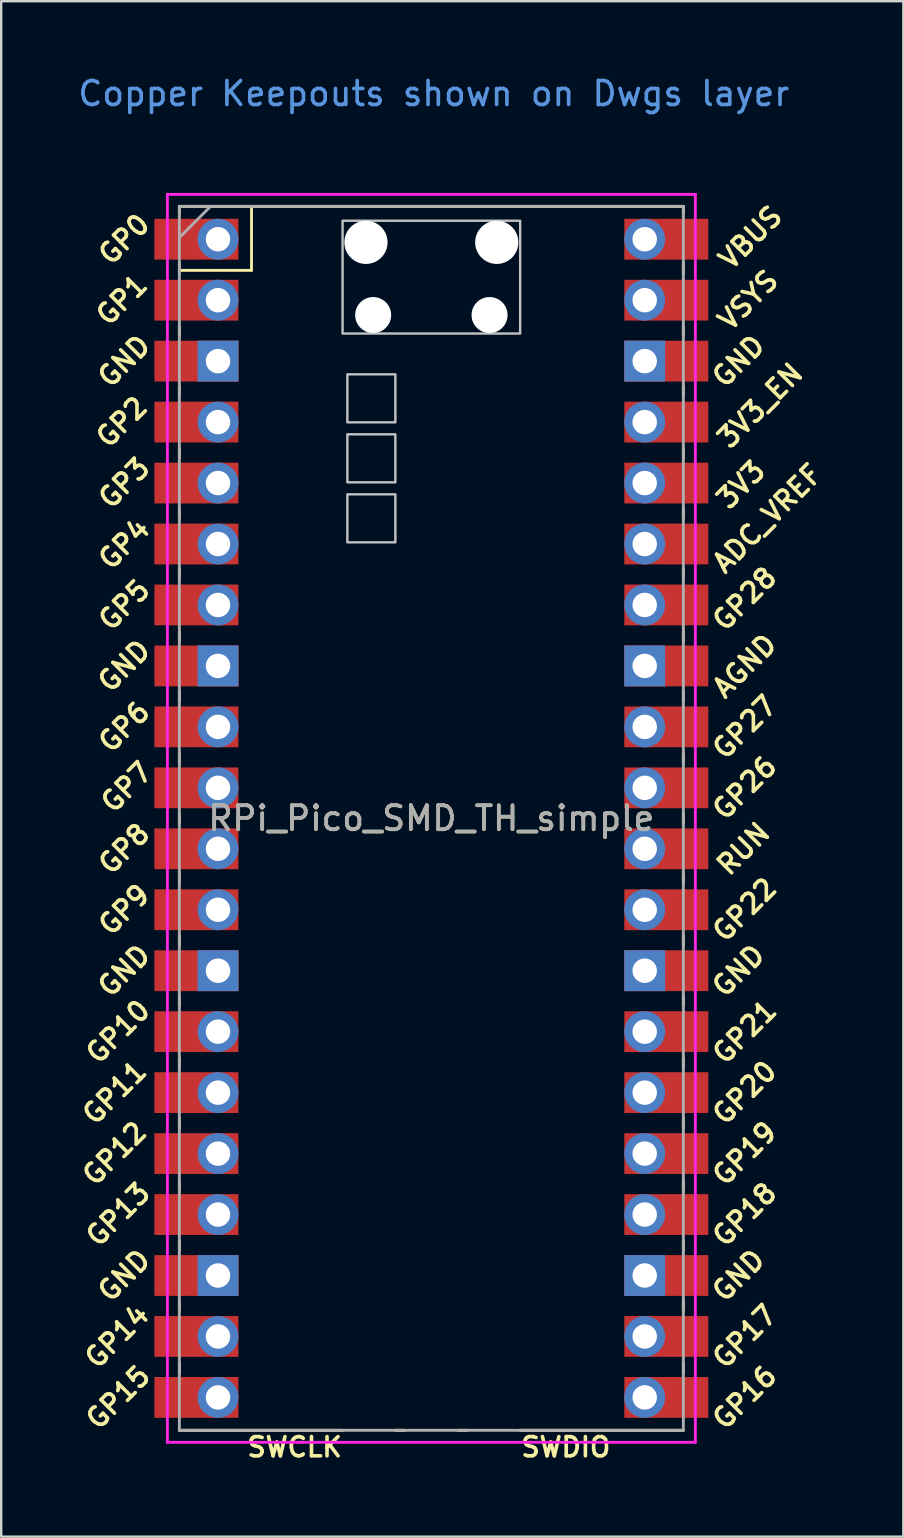
<source format=kicad_pcb>
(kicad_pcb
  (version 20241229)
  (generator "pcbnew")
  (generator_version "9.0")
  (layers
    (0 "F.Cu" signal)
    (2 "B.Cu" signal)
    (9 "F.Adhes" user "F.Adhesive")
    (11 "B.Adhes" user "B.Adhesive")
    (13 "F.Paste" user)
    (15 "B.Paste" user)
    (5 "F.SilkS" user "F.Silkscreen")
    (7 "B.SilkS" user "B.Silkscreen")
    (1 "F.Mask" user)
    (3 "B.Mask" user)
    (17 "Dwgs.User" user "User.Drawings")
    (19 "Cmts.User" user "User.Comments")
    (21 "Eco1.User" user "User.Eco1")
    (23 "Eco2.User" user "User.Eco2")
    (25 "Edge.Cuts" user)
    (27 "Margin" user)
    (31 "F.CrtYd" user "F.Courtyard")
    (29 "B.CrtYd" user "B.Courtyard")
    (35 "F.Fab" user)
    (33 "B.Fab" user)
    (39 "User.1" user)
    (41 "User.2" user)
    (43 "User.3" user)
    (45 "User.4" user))
  (footprint "RPi_Pico_SMD_TH_simple"
    (layer "F.Cu")
    (at 14.924 31.048)
    (property "Reference" "RPi_Pico_SMD_TH_simple" (at 0 0 0) (layer "F.SilkS") (effects (font (size 1 1) (thickness 0.15))))
    (attr through_hole)
    (fp_line (start -10.5 -25.5) (end -10.5 -25.2) (stroke (width 0.12) (type solid)) (layer "F.SilkS"))
    (fp_line (start -10.5 -25.5) (end 10.5 -25.5) (stroke (width 0.12) (type solid)) (layer "F.SilkS"))
    (fp_line (start -10.5 -23.1) (end -10.5 -22.7) (stroke (width 0.12) (type solid)) (layer "F.SilkS"))
    (fp_line (start -10.5 -22.833) (end -7.493 -22.833) (stroke (width 0.12) (type solid)) (layer "F.SilkS"))
    (fp_line (start -10.5 -20.5) (end -10.5 -20.1) (stroke (width 0.12) (type solid)) (layer "F.SilkS"))
    (fp_line (start -10.5 -18) (end -10.5 -17.6) (stroke (width 0.12) (type solid)) (layer "F.SilkS"))
    (fp_line (start -10.5 -15.4) (end -10.5 -15) (stroke (width 0.12) (type solid)) (layer "F.SilkS"))
    (fp_line (start -10.5 -12.9) (end -10.5 -12.5) (stroke (width 0.12) (type solid)) (layer "F.SilkS"))
    (fp_line (start -10.5 -10.4) (end -10.5 -10) (stroke (width 0.12) (type solid)) (layer "F.SilkS"))
    (fp_line (start -10.5 -7.8) (end -10.5 -7.4) (stroke (width 0.12) (type solid)) (layer "F.SilkS"))
    (fp_line (start -10.5 -5.3) (end -10.5 -4.9) (stroke (width 0.12) (type solid)) (layer "F.SilkS"))
    (fp_line (start -10.5 -2.7) (end -10.5 -2.3) (stroke (width 0.12) (type solid)) (layer "F.SilkS"))
    (fp_line (start -10.5 -0.2) (end -10.5 0.2) (stroke (width 0.12) (type solid)) (layer "F.SilkS"))
    (fp_line (start -10.5 2.3) (end -10.5 2.7) (stroke (width 0.12) (type solid)) (layer "F.SilkS"))
    (fp_line (start -10.5 4.9) (end -10.5 5.3) (stroke (width 0.12) (type solid)) (layer "F.SilkS"))
    (fp_line (start -10.5 7.4) (end -10.5 7.8) (stroke (width 0.12) (type solid)) (layer "F.SilkS"))
    (fp_line (start -10.5 10) (end -10.5 10.4) (stroke (width 0.12) (type solid)) (layer "F.SilkS"))
    (fp_line (start -10.5 12.5) (end -10.5 12.9) (stroke (width 0.12) (type solid)) (layer "F.SilkS"))
    (fp_line (start -10.5 15.1) (end -10.5 15.5) (stroke (width 0.12) (type solid)) (layer "F.SilkS"))
    (fp_line (start -10.5 17.6) (end -10.5 18) (stroke (width 0.12) (type solid)) (layer "F.SilkS"))
    (fp_line (start -10.5 20.1) (end -10.5 20.5) (stroke (width 0.12) (type solid)) (layer "F.SilkS"))
    (fp_line (start -10.5 22.7) (end -10.5 23.1) (stroke (width 0.12) (type solid)) (layer "F.SilkS"))
    (fp_line (start -7.493 -22.833) (end -7.493 -25.5) (stroke (width 0.12) (type solid)) (layer "F.SilkS"))
    (fp_line (start -3.7 25.5) (end -10.5 25.5) (stroke (width 0.12) (type solid)) (layer "F.SilkS"))
    (fp_line (start -1.5 25.5) (end -1.1 25.5) (stroke (width 0.12) (type solid)) (layer "F.SilkS"))
    (fp_line (start 1.1 25.5) (end 1.5 25.5) (stroke (width 0.12) (type solid)) (layer "F.SilkS"))
    (fp_line (start 10.5 -25.5) (end 10.5 -25.2) (stroke (width 0.12) (type solid)) (layer "F.SilkS"))
    (fp_line (start 10.5 -23.1) (end 10.5 -22.7) (stroke (width 0.12) (type solid)) (layer "F.SilkS"))
    (fp_line (start 10.5 -20.5) (end 10.5 -20.1) (stroke (width 0.12) (type solid)) (layer "F.SilkS"))
    (fp_line (start 10.5 -18) (end 10.5 -17.6) (stroke (width 0.12) (type solid)) (layer "F.SilkS"))
    (fp_line (start 10.5 -15.4) (end 10.5 -15) (stroke (width 0.12) (type solid)) (layer "F.SilkS"))
    (fp_line (start 10.5 -12.9) (end 10.5 -12.5) (stroke (width 0.12) (type solid)) (layer "F.SilkS"))
    (fp_line (start 10.5 -10.4) (end 10.5 -10) (stroke (width 0.12) (type solid)) (layer "F.SilkS"))
    (fp_line (start 10.5 -7.8) (end 10.5 -7.4) (stroke (width 0.12) (type solid)) (layer "F.SilkS"))
    (fp_line (start 10.5 -5.3) (end 10.5 -4.9) (stroke (width 0.12) (type solid)) (layer "F.SilkS"))
    (fp_line (start 10.5 -2.7) (end 10.5 -2.3) (stroke (width 0.12) (type solid)) (layer "F.SilkS"))
    (fp_line (start 10.5 -0.2) (end 10.5 0.2) (stroke (width 0.12) (type solid)) (layer "F.SilkS"))
    (fp_line (start 10.5 2.3) (end 10.5 2.7) (stroke (width 0.12) (type solid)) (layer "F.SilkS"))
    (fp_line (start 10.5 4.9) (end 10.5 5.3) (stroke (width 0.12) (type solid)) (layer "F.SilkS"))
    (fp_line (start 10.5 7.4) (end 10.5 7.8) (stroke (width 0.12) (type solid)) (layer "F.SilkS"))
    (fp_line (start 10.5 10) (end 10.5 10.4) (stroke (width 0.12) (type solid)) (layer "F.SilkS"))
    (fp_line (start 10.5 12.5) (end 10.5 12.9) (stroke (width 0.12) (type solid)) (layer "F.SilkS"))
    (fp_line (start 10.5 15.1) (end 10.5 15.5) (stroke (width 0.12) (type solid)) (layer "F.SilkS"))
    (fp_line (start 10.5 17.6) (end 10.5 18) (stroke (width 0.12) (type solid)) (layer "F.SilkS"))
    (fp_line (start 10.5 20.1) (end 10.5 20.5) (stroke (width 0.12) (type solid)) (layer "F.SilkS"))
    (fp_line (start 10.5 22.7) (end 10.5 23.1) (stroke (width 0.12) (type solid)) (layer "F.SilkS"))
    (fp_line (start 10.5 25.5) (end 3.7 25.5) (stroke (width 0.12) (type solid)) (layer "F.SilkS"))
    (fp_poly (pts (xy -1.5 -16.5) (xy -3.5 -16.5) (xy -3.5 -18.5) (xy -1.5 -18.5)) (stroke (width 0.1) (type solid)) (fill no) (layer "Dwgs.User"))
    (fp_poly (pts (xy -1.5 -14) (xy -3.5 -14) (xy -3.5 -16) (xy -1.5 -16)) (stroke (width 0.1) (type solid)) (fill no) (layer "Dwgs.User"))
    (fp_poly (pts (xy -1.5 -11.5) (xy -3.5 -11.5) (xy -3.5 -13.5) (xy -1.5 -13.5)) (stroke (width 0.1) (type solid)) (fill no) (layer "Dwgs.User"))
    (fp_poly (pts (xy 3.7 -20.2) (xy -3.7 -20.2) (xy -3.7 -24.9) (xy 3.7 -24.9)) (stroke (width 0.1) (type solid)) (fill no) (layer "Dwgs.User"))
    (fp_line (start -11 -26) (end 11 -26) (stroke (width 0.12) (type solid)) (layer "F.CrtYd"))
    (fp_line (start -11 26) (end -11 -26) (stroke (width 0.12) (type solid)) (layer "F.CrtYd"))
    (fp_line (start 11 -26) (end 11 26) (stroke (width 0.12) (type solid)) (layer "F.CrtYd"))
    (fp_line (start 11 26) (end -11 26) (stroke (width 0.12) (type solid)) (layer "F.CrtYd"))
    (fp_line (start -10.5 -25.5) (end 10.5 -25.5) (stroke (width 0.12) (type solid)) (layer "F.Fab"))
    (fp_line (start -10.5 -24.2) (end -9.2 -25.5) (stroke (width 0.12) (type solid)) (layer "F.Fab"))
    (fp_line (start -10.5 25.5) (end -10.5 -25.5) (stroke (width 0.12) (type solid)) (layer "F.Fab"))
    (fp_line (start 10.5 -25.5) (end 10.5 25.5) (stroke (width 0.12) (type solid)) (layer "F.Fab"))
    (fp_line (start 10.5 25.5) (end -10.5 25.5) (stroke (width 0.12) (type solid)) (layer "F.Fab"))
    (fp_text user "ADC_VREF" (at 14 -12.5 45) (layer "F.SilkS") (effects (font (size 0.8 0.8) (thickness 0.15))))
    (fp_text user "VBUS" (at 13.3 -24.2 45) (layer "F.SilkS") (effects (font (size 0.8 0.8) (thickness 0.15))))
    (fp_text user "3V3" (at 12.9 -13.9 45) (layer "F.SilkS") (effects (font (size 0.8 0.8) (thickness 0.15))))
    (fp_text user "GP6" (at -12.8 -3.81 45) (layer "F.SilkS") (effects (font (size 0.8 0.8) (thickness 0.15))))
    (fp_text user "GP19" (at 13.054 13.97 45) (layer "F.SilkS") (effects (font (size 0.8 0.8) (thickness 0.15))))
    (fp_text user "GP18" (at 13.054 16.51 45) (layer "F.SilkS") (effects (font (size 0.8 0.8) (thickness 0.15))))
    (fp_text user "GP10" (at -13.054 8.89 45) (layer "F.SilkS") (effects (font (size 0.8 0.8) (thickness 0.15))))
    (fp_text user "GP15" (at -13.054 24.13 45) (layer "F.SilkS") (effects (font (size 0.8 0.8) (thickness 0.15))))
    (fp_text user "GP22" (at 13.054 3.81 45) (layer "F.SilkS") (effects (font (size 0.8 0.8) (thickness 0.15))))
    (fp_text user "GND" (at -12.8 -19.05 45) (layer "F.SilkS") (effects (font (size 0.8 0.8) (thickness 0.15))))
    (fp_text user "GND" (at -12.8 19.05 45) (layer "F.SilkS") (effects (font (size 0.8 0.8) (thickness 0.15))))
    (fp_text user "GP1" (at -12.9 -21.6 45) (layer "F.SilkS") (effects (font (size 0.8 0.8) (thickness 0.15))))
    (fp_text user "RUN" (at 13 1.27 45) (layer "F.SilkS") (effects (font (size 0.8 0.8) (thickness 0.15))))
    (fp_text user "VSYS" (at 13.2 -21.59 45) (layer "F.SilkS") (effects (font (size 0.8 0.8) (thickness 0.15))))
    (fp_text user "GND" (at 12.8 -19.05 45) (layer "F.SilkS") (effects (font (size 0.8 0.8) (thickness 0.15))))
    (fp_text user "GP4" (at -12.8 -11.43 45) (layer "F.SilkS") (effects (font (size 0.8 0.8) (thickness 0.15))))
    (fp_text user "GP20" (at 13.054 11.43 45) (layer "F.SilkS") (effects (font (size 0.8 0.8) (thickness 0.15))))
    (fp_text user "GP8" (at -12.8 1.27 45) (layer "F.SilkS") (effects (font (size 0.8 0.8) (thickness 0.15))))
    (fp_text user "GP26" (at 13.054 -1.27 45) (layer "F.SilkS") (effects (font (size 0.8 0.8) (thickness 0.15))))
    (fp_text user "SWDIO" (at 5.6 26.2 0) (layer "F.SilkS") (effects (font (size 0.8 0.8) (thickness 0.15))))
    (fp_text user "GP12" (at -13.2 13.97 45) (layer "F.SilkS") (effects (font (size 0.8 0.8) (thickness 0.15))))
    (fp_text user "GND" (at -12.8 6.35 45) (layer "F.SilkS") (effects (font (size 0.8 0.8) (thickness 0.15))))
    (fp_text user "GP0" (at -12.8 -24.13 45) (layer "F.SilkS") (effects (font (size 0.8 0.8) (thickness 0.15))))
    (fp_text user "GP5" (at -12.8 -8.89 45) (layer "F.SilkS") (effects (font (size 0.8 0.8) (thickness 0.15))))
    (fp_text user "GP2" (at -12.9 -16.51 45) (layer "F.SilkS") (effects (font (size 0.8 0.8) (thickness 0.15))))
    (fp_text user "GND" (at 12.8 19.05 45) (layer "F.SilkS") (effects (font (size 0.8 0.8) (thickness 0.15))))
    (fp_text user "GP28" (at 13.054 -9.144 45) (layer "F.SilkS") (effects (font (size 0.8 0.8) (thickness 0.15))))
    (fp_text user "GP13" (at -13.054 16.51 45) (layer "F.SilkS") (effects (font (size 0.8 0.8) (thickness 0.15))))
    (fp_text user "GP16" (at 13.054 24.13 45) (layer "F.SilkS") (effects (font (size 0.8 0.8) (thickness 0.15))))
    (fp_text user "GP9" (at -12.8 3.81 45) (layer "F.SilkS") (effects (font (size 0.8 0.8) (thickness 0.15))))
    (fp_text user "AGND" (at 13.054 -6.35 45) (layer "F.SilkS") (effects (font (size 0.8 0.8) (thickness 0.15))))
    (fp_text user "GP27" (at 13.054 -3.8 45) (layer "F.SilkS") (effects (font (size 0.8 0.8) (thickness 0.15))))
    (fp_text user "3V3_EN" (at 13.7 -17.2 45) (layer "F.SilkS") (effects (font (size 0.8 0.8) (thickness 0.15))))
    (fp_text user "GP17" (at 13.054 21.59 45) (layer "F.SilkS") (effects (font (size 0.8 0.8) (thickness 0.15))))
    (fp_text user "GP7" (at -12.7 -1.3 45) (layer "F.SilkS") (effects (font (size 0.8 0.8) (thickness 0.15))))
    (fp_text user "GP14" (at -13.1 21.59 45) (layer "F.SilkS") (effects (font (size 0.8 0.8) (thickness 0.15))))
    (fp_text user "GND" (at -12.8 -6.35 45) (layer "F.SilkS") (effects (font (size 0.8 0.8) (thickness 0.15))))
    (fp_text user "GND" (at 12.8 6.35 45) (layer "F.SilkS") (effects (font (size 0.8 0.8) (thickness 0.15))))
    (fp_text user "SWCLK" (at -5.7 26.2 0) (layer "F.SilkS") (effects (font (size 0.8 0.8) (thickness 0.15))))
    (fp_text user "GP11" (at -13.2 11.43 45) (layer "F.SilkS") (effects (font (size 0.8 0.8) (thickness 0.15))))
    (fp_text user "GP3" (at -12.8 -13.97 45) (layer "F.SilkS") (effects (font (size 0.8 0.8) (thickness 0.15))))
    (fp_text user "GP21" (at 13.054 8.9 45) (layer "F.SilkS") (effects (font (size 0.8 0.8) (thickness 0.15))))
    (fp_text user "Copper Keepouts shown on Dwgs layer" (at 0.1 -30.2 0) (layer "Cmts.User") (effects (font (size 1 1) (thickness 0.15))))
    (fp_text user "${REFERENCE}" (at 0 0 180) (layer "F.Fab") (effects (font (size 1 1) (thickness 0.15))))
    (pad "" np_thru_hole oval (at -2.725 -24) (size 1.8 1.8) (drill 1.8) (layers "*.Cu" "*.Mask"))
    (pad "" np_thru_hole oval (at -2.425 -20.97) (size 1.5 1.5) (drill 1.5) (layers "*.Cu" "*.Mask"))
    (pad "" np_thru_hole oval (at 2.425 -20.97) (size 1.5 1.5) (drill 1.5) (layers "*.Cu" "*.Mask"))
    (pad "" np_thru_hole oval (at 2.725 -24) (size 1.8 1.8) (drill 1.8) (layers "*.Cu" "*.Mask"))
    (pad "1" thru_hole oval (at -8.89 -24.13) (size 1.7 1.7) (drill 1.02) (layers "*.Cu" "*.Mask"))
    (pad "1" smd rect (at -8.89 -24.13) (size 3.5 1.7) (drill (offset -0.9 0)) (layers "F.Cu" "F.Mask"))
    (pad "2" thru_hole oval (at -8.89 -21.59) (size 1.7 1.7) (drill 1.02) (layers "*.Cu" "*.Mask"))
    (pad "2" smd rect (at -8.89 -21.59) (size 3.5 1.7) (drill (offset -0.9 0)) (layers "F.Cu" "F.Mask"))
    (pad "3" thru_hole rect (at -8.89 -19.05) (size 1.7 1.7) (drill 1.02) (layers "*.Cu" "*.Mask"))
    (pad "3" smd rect (at -8.89 -19.05) (size 3.5 1.7) (drill (offset -0.9 0)) (layers "F.Cu" "F.Mask"))
    (pad "4" thru_hole oval (at -8.89 -16.51) (size 1.7 1.7) (drill 1.02) (layers "*.Cu" "*.Mask"))
    (pad "4" smd rect (at -8.89 -16.51) (size 3.5 1.7) (drill (offset -0.9 0)) (layers "F.Cu" "F.Mask"))
    (pad "5" thru_hole oval (at -8.89 -13.97) (size 1.7 1.7) (drill 1.02) (layers "*.Cu" "*.Mask"))
    (pad "5" smd rect (at -8.89 -13.97) (size 3.5 1.7) (drill (offset -0.9 0)) (layers "F.Cu" "F.Mask"))
    (pad "6" thru_hole oval (at -8.89 -11.43) (size 1.7 1.7) (drill 1.02) (layers "*.Cu" "*.Mask"))
    (pad "6" smd rect (at -8.89 -11.43) (size 3.5 1.7) (drill (offset -0.9 0)) (layers "F.Cu" "F.Mask"))
    (pad "7" thru_hole oval (at -8.89 -8.89) (size 1.7 1.7) (drill 1.02) (layers "*.Cu" "*.Mask"))
    (pad "7" smd rect (at -8.89 -8.89) (size 3.5 1.7) (drill (offset -0.9 0)) (layers "F.Cu" "F.Mask"))
    (pad "8" thru_hole rect (at -8.89 -6.35) (size 1.7 1.7) (drill 1.02) (layers "*.Cu" "*.Mask"))
    (pad "8" smd rect (at -8.89 -6.35) (size 3.5 1.7) (drill (offset -0.9 0)) (layers "F.Cu" "F.Mask"))
    (pad "9" thru_hole oval (at -8.89 -3.81) (size 1.7 1.7) (drill 1.02) (layers "*.Cu" "*.Mask"))
    (pad "9" smd rect (at -8.89 -3.81) (size 3.5 1.7) (drill (offset -0.9 0)) (layers "F.Cu" "F.Mask"))
    (pad "10" thru_hole oval (at -8.89 -1.27) (size 1.7 1.7) (drill 1.02) (layers "*.Cu" "*.Mask"))
    (pad "10" smd rect (at -8.89 -1.27) (size 3.5 1.7) (drill (offset -0.9 0)) (layers "F.Cu" "F.Mask"))
    (pad "11" thru_hole oval (at -8.89 1.27) (size 1.7 1.7) (drill 1.02) (layers "*.Cu" "*.Mask"))
    (pad "11" smd rect (at -8.89 1.27) (size 3.5 1.7) (drill (offset -0.9 0)) (layers "F.Cu" "F.Mask"))
    (pad "12" thru_hole oval (at -8.89 3.81) (size 1.7 1.7) (drill 1.02) (layers "*.Cu" "*.Mask"))
    (pad "12" smd rect (at -8.89 3.81) (size 3.5 1.7) (drill (offset -0.9 0)) (layers "F.Cu" "F.Mask"))
    (pad "13" thru_hole rect (at -8.89 6.35) (size 1.7 1.7) (drill 1.02) (layers "*.Cu" "*.Mask"))
    (pad "13" smd rect (at -8.89 6.35) (size 3.5 1.7) (drill (offset -0.9 0)) (layers "F.Cu" "F.Mask"))
    (pad "14" thru_hole oval (at -8.89 8.89) (size 1.7 1.7) (drill 1.02) (layers "*.Cu" "*.Mask"))
    (pad "14" smd rect (at -8.89 8.89) (size 3.5 1.7) (drill (offset -0.9 0)) (layers "F.Cu" "F.Mask"))
    (pad "15" thru_hole oval (at -8.89 11.43) (size 1.7 1.7) (drill 1.02) (layers "*.Cu" "*.Mask"))
    (pad "15" smd rect (at -8.89 11.43) (size 3.5 1.7) (drill (offset -0.9 0)) (layers "F.Cu" "F.Mask"))
    (pad "16" thru_hole oval (at -8.89 13.97) (size 1.7 1.7) (drill 1.02) (layers "*.Cu" "*.Mask"))
    (pad "16" smd rect (at -8.89 13.97) (size 3.5 1.7) (drill (offset -0.9 0)) (layers "F.Cu" "F.Mask"))
    (pad "17" thru_hole oval (at -8.89 16.51) (size 1.7 1.7) (drill 1.02) (layers "*.Cu" "*.Mask"))
    (pad "17" smd rect (at -8.89 16.51) (size 3.5 1.7) (drill (offset -0.9 0)) (layers "F.Cu" "F.Mask"))
    (pad "18" thru_hole rect (at -8.89 19.05) (size 1.7 1.7) (drill 1.02) (layers "*.Cu" "*.Mask"))
    (pad "18" smd rect (at -8.89 19.05) (size 3.5 1.7) (drill (offset -0.9 0)) (layers "F.Cu" "F.Mask"))
    (pad "19" thru_hole oval (at -8.89 21.59) (size 1.7 1.7) (drill 1.02) (layers "*.Cu" "*.Mask"))
    (pad "19" smd rect (at -8.89 21.59) (size 3.5 1.7) (drill (offset -0.9 0)) (layers "F.Cu" "F.Mask"))
    (pad "20" thru_hole oval (at -8.89 24.13) (size 1.7 1.7) (drill 1.02) (layers "*.Cu" "*.Mask"))
    (pad "20" smd rect (at -8.89 24.13) (size 3.5 1.7) (drill (offset -0.9 0)) (layers "F.Cu" "F.Mask"))
    (pad "21" thru_hole oval (at 8.89 24.13) (size 1.7 1.7) (drill 1.02) (layers "*.Cu" "*.Mask"))
    (pad "21" smd rect (at 8.89 24.13) (size 3.5 1.7) (drill (offset 0.9 0)) (layers "F.Cu" "F.Mask"))
    (pad "22" thru_hole oval (at 8.89 21.59) (size 1.7 1.7) (drill 1.02) (layers "*.Cu" "*.Mask"))
    (pad "22" smd rect (at 8.89 21.59) (size 3.5 1.7) (drill (offset 0.9 0)) (layers "F.Cu" "F.Mask"))
    (pad "23" thru_hole rect (at 8.89 19.05) (size 1.7 1.7) (drill 1.02) (layers "*.Cu" "*.Mask"))
    (pad "23" smd rect (at 8.89 19.05) (size 3.5 1.7) (drill (offset 0.9 0)) (layers "F.Cu" "F.Mask"))
    (pad "24" thru_hole oval (at 8.89 16.51) (size 1.7 1.7) (drill 1.02) (layers "*.Cu" "*.Mask"))
    (pad "24" smd rect (at 8.89 16.51) (size 3.5 1.7) (drill (offset 0.9 0)) (layers "F.Cu" "F.Mask"))
    (pad "25" thru_hole oval (at 8.89 13.97) (size 1.7 1.7) (drill 1.02) (layers "*.Cu" "*.Mask"))
    (pad "25" smd rect (at 8.89 13.97) (size 3.5 1.7) (drill (offset 0.9 0)) (layers "F.Cu" "F.Mask"))
    (pad "26" thru_hole oval (at 8.89 11.43) (size 1.7 1.7) (drill 1.02) (layers "*.Cu" "*.Mask"))
    (pad "26" smd rect (at 8.89 11.43) (size 3.5 1.7) (drill (offset 0.9 0)) (layers "F.Cu" "F.Mask"))
    (pad "27" thru_hole oval (at 8.89 8.89) (size 1.7 1.7) (drill 1.02) (layers "*.Cu" "*.Mask"))
    (pad "27" smd rect (at 8.89 8.89) (size 3.5 1.7) (drill (offset 0.9 0)) (layers "F.Cu" "F.Mask"))
    (pad "28" thru_hole rect (at 8.89 6.35) (size 1.7 1.7) (drill 1.02) (layers "*.Cu" "*.Mask"))
    (pad "28" smd rect (at 8.89 6.35) (size 3.5 1.7) (drill (offset 0.9 0)) (layers "F.Cu" "F.Mask"))
    (pad "29" thru_hole oval (at 8.89 3.81) (size 1.7 1.7) (drill 1.02) (layers "*.Cu" "*.Mask"))
    (pad "29" smd rect (at 8.89 3.81) (size 3.5 1.7) (drill (offset 0.9 0)) (layers "F.Cu" "F.Mask"))
    (pad "30" thru_hole oval (at 8.89 1.27) (size 1.7 1.7) (drill 1.02) (layers "*.Cu" "*.Mask"))
    (pad "30" smd rect (at 8.89 1.27) (size 3.5 1.7) (drill (offset 0.9 0)) (layers "F.Cu" "F.Mask"))
    (pad "31" thru_hole oval (at 8.89 -1.27) (size 1.7 1.7) (drill 1.02) (layers "*.Cu" "*.Mask"))
    (pad "31" smd rect (at 8.89 -1.27) (size 3.5 1.7) (drill (offset 0.9 0)) (layers "F.Cu" "F.Mask"))
    (pad "32" thru_hole oval (at 8.89 -3.81) (size 1.7 1.7) (drill 1.02) (layers "*.Cu" "*.Mask"))
    (pad "32" smd rect (at 8.89 -3.81) (size 3.5 1.7) (drill (offset 0.9 0)) (layers "F.Cu" "F.Mask"))
    (pad "33" thru_hole rect (at 8.89 -6.35) (size 1.7 1.7) (drill 1.02) (layers "*.Cu" "*.Mask"))
    (pad "33" smd rect (at 8.89 -6.35) (size 3.5 1.7) (drill (offset 0.9 0)) (layers "F.Cu" "F.Mask"))
    (pad "34" thru_hole oval (at 8.89 -8.89) (size 1.7 1.7) (drill 1.02) (layers "*.Cu" "*.Mask"))
    (pad "34" smd rect (at 8.89 -8.89) (size 3.5 1.7) (drill (offset 0.9 0)) (layers "F.Cu" "F.Mask"))
    (pad "35" thru_hole oval (at 8.89 -11.43) (size 1.7 1.7) (drill 1.02) (layers "*.Cu" "*.Mask"))
    (pad "35" smd rect (at 8.89 -11.43) (size 3.5 1.7) (drill (offset 0.9 0)) (layers "F.Cu" "F.Mask"))
    (pad "36" thru_hole oval (at 8.89 -13.97) (size 1.7 1.7) (drill 1.02) (layers "*.Cu" "*.Mask"))
    (pad "36" smd rect (at 8.89 -13.97) (size 3.5 1.7) (drill (offset 0.9 0)) (layers "F.Cu" "F.Mask"))
    (pad "37" thru_hole oval (at 8.89 -16.51) (size 1.7 1.7) (drill 1.02) (layers "*.Cu" "*.Mask"))
    (pad "37" smd rect (at 8.89 -16.51) (size 3.5 1.7) (drill (offset 0.9 0)) (layers "F.Cu" "F.Mask"))
    (pad "38" thru_hole rect (at 8.89 -19.05) (size 1.7 1.7) (drill 1.02) (layers "*.Cu" "*.Mask"))
    (pad "38" smd rect (at 8.89 -19.05) (size 3.5 1.7) (drill (offset 0.9 0)) (layers "F.Cu" "F.Mask"))
    (pad "39" thru_hole oval (at 8.89 -21.59) (size 1.7 1.7) (drill 1.02) (layers "*.Cu" "*.Mask"))
    (pad "39" smd rect (at 8.89 -21.59) (size 3.5 1.7) (drill (offset 0.9 0)) (layers "F.Cu" "F.Mask"))
    (pad "40" thru_hole oval (at 8.89 -24.13) (size 1.7 1.7) (drill 1.02) (layers "*.Cu" "*.Mask"))
    (pad "40" smd rect (at 8.89 -24.13) (size 3.5 1.7) (drill (offset 0.9 0)) (layers "F.Cu" "F.Mask")))
  (gr_rect
    (start -3 -3)
    (end 34.591 60.98)
    (stroke (width 0.1) (type default))
    (fill no)
    (layer "Edge.Cuts")))
</source>
